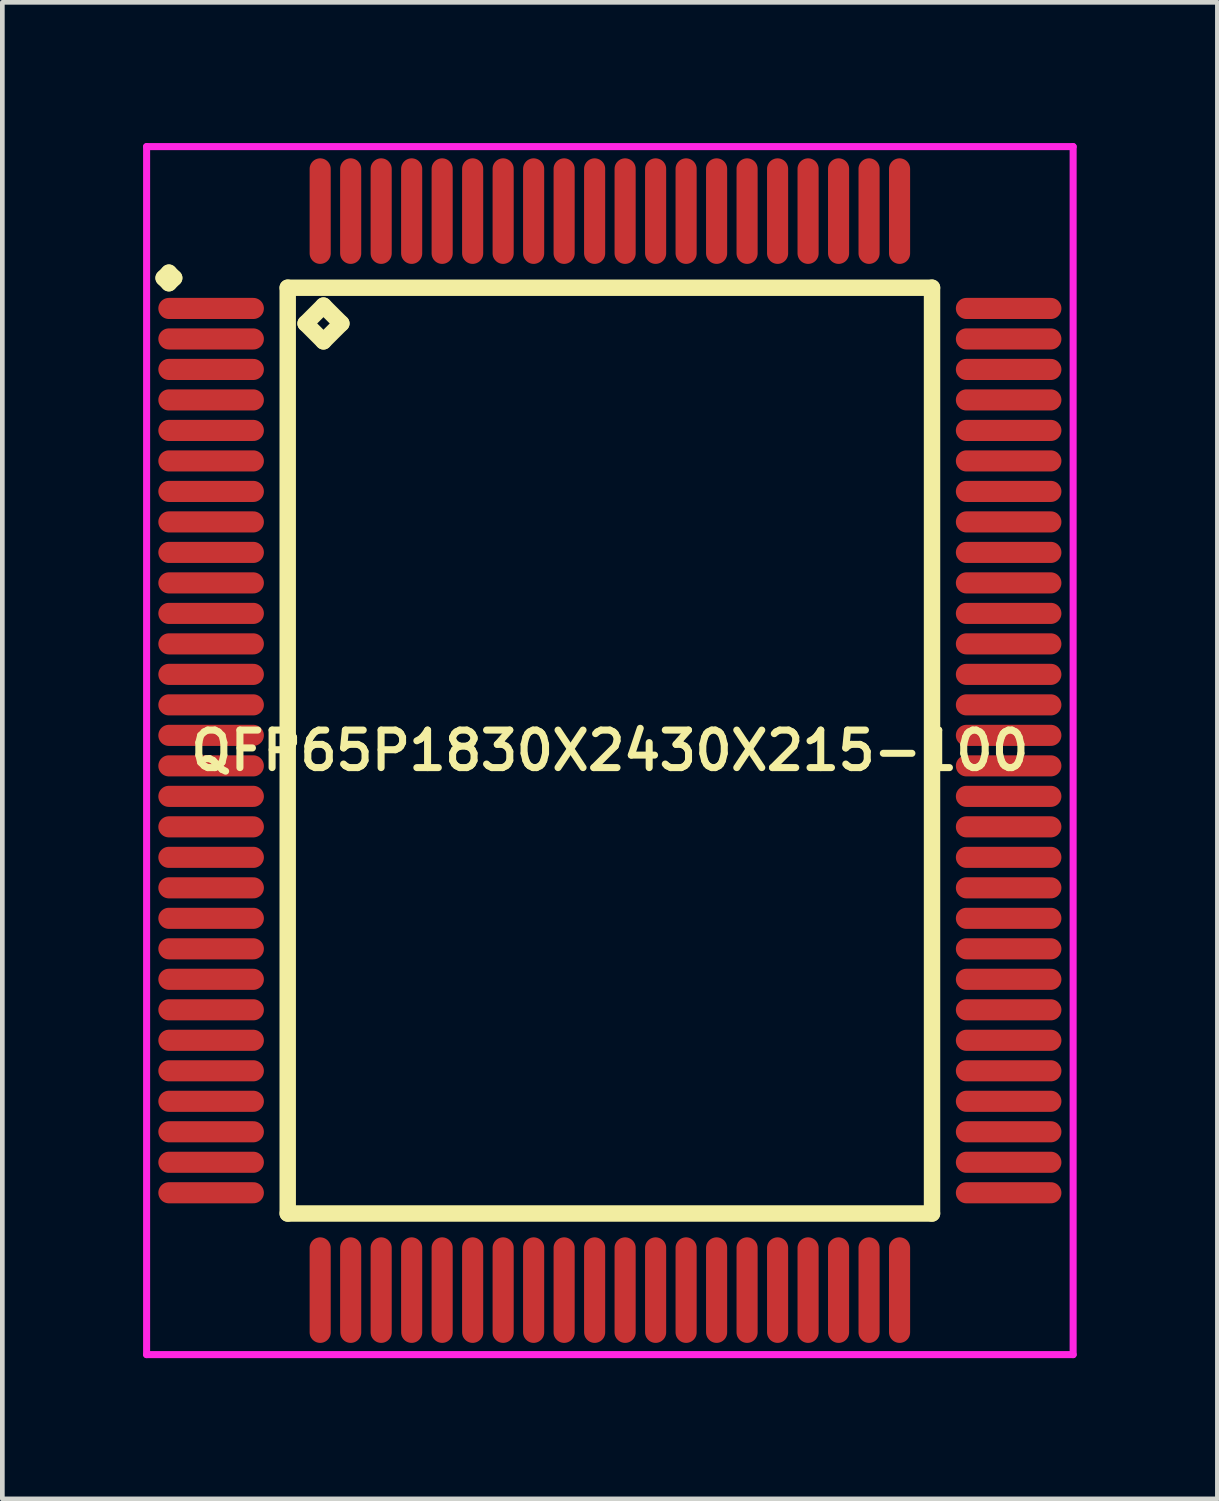
<source format=kicad_pcb>
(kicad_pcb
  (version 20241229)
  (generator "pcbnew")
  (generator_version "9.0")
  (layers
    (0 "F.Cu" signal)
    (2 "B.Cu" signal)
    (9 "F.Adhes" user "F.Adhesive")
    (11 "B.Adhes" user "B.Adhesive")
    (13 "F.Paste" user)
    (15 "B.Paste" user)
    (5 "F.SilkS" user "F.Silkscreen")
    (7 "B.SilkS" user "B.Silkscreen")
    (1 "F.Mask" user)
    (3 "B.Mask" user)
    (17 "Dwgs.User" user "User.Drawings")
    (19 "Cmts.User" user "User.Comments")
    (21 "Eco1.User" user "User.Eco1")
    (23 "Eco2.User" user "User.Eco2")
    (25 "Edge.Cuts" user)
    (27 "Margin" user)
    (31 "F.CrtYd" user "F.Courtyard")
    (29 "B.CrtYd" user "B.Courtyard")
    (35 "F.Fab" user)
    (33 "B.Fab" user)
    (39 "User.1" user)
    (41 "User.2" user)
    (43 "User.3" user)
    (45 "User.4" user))
  (footprint "QFP65P1830X2430X215-100"
    (layer "F.Cu")
    (at 9.95 12.95)
    (property "Reference" "QFP65P1830X2430X215-100" (at 0 0 0) (layer "F.SilkS") (effects (font (size 0.8 0.8) (thickness 0.15))))
    (attr smd)
    (fp_line (start -9.512 -10.075) (end -9.4 -10.188) (stroke (width 0.35) (type solid)) (layer "F.SilkS"))
    (fp_line (start -9.4 -10.188) (end -9.287 -10.075) (stroke (width 0.35) (type solid)) (layer "F.SilkS"))
    (fp_line (start -9.4 -9.963) (end -9.512 -10.075) (stroke (width 0.35) (type solid)) (layer "F.SilkS"))
    (fp_line (start -9.287 -10.075) (end -9.4 -9.963) (stroke (width 0.35) (type solid)) (layer "F.SilkS"))
    (fp_line (start -6.867 -9.867) (end -6.867 9.867) (stroke (width 0.35) (type solid)) (layer "F.SilkS"))
    (fp_line (start -6.867 9.867) (end 6.867 9.867) (stroke (width 0.35) (type solid)) (layer "F.SilkS"))
    (fp_line (start -6.486 -9.105) (end -6.105 -9.486) (stroke (width 0.35) (type solid)) (layer "F.SilkS"))
    (fp_line (start -6.105 -9.486) (end -5.724 -9.105) (stroke (width 0.35) (type solid)) (layer "F.SilkS"))
    (fp_line (start -6.105 -8.724) (end -6.486 -9.105) (stroke (width 0.35) (type solid)) (layer "F.SilkS"))
    (fp_line (start -5.724 -9.105) (end -6.105 -8.724) (stroke (width 0.35) (type solid)) (layer "F.SilkS"))
    (fp_line (start 6.867 -9.867) (end -6.867 -9.867) (stroke (width 0.35) (type solid)) (layer "F.SilkS"))
    (fp_line (start 6.867 9.867) (end 6.867 -9.867) (stroke (width 0.35) (type solid)) (layer "F.SilkS"))
    (fp_line (start -9.875 -12.875) (end 9.875 -12.875) (stroke (width 0.15) (type solid)) (layer "F.CrtYd"))
    (fp_line (start -9.875 12.875) (end -9.875 -12.875) (stroke (width 0.15) (type solid)) (layer "F.CrtYd"))
    (fp_line (start 9.875 -12.875) (end 9.875 12.875) (stroke (width 0.15) (type solid)) (layer "F.CrtYd"))
    (fp_line (start 9.875 12.875) (end -9.875 12.875) (stroke (width 0.15) (type solid)) (layer "F.CrtYd"))
    (pad "1" smd oval (at -8.5 -9.425) (size 2.25 0.45) (layers "F.Cu" "F.Mask" "F.Paste"))
    (pad "2" smd oval (at -8.5 -8.775) (size 2.25 0.45) (layers "F.Cu" "F.Mask" "F.Paste"))
    (pad "3" smd oval (at -8.5 -8.125) (size 2.25 0.45) (layers "F.Cu" "F.Mask" "F.Paste"))
    (pad "4" smd oval (at -8.5 -7.475) (size 2.25 0.45) (layers "F.Cu" "F.Mask" "F.Paste"))
    (pad "5" smd oval (at -8.5 -6.825) (size 2.25 0.45) (layers "F.Cu" "F.Mask" "F.Paste"))
    (pad "6" smd oval (at -8.5 -6.175) (size 2.25 0.45) (layers "F.Cu" "F.Mask" "F.Paste"))
    (pad "7" smd oval (at -8.5 -5.525) (size 2.25 0.45) (layers "F.Cu" "F.Mask" "F.Paste"))
    (pad "8" smd oval (at -8.5 -4.875) (size 2.25 0.45) (layers "F.Cu" "F.Mask" "F.Paste"))
    (pad "9" smd oval (at -8.5 -4.225) (size 2.25 0.45) (layers "F.Cu" "F.Mask" "F.Paste"))
    (pad "10" smd oval (at -8.5 -3.575) (size 2.25 0.45) (layers "F.Cu" "F.Mask" "F.Paste"))
    (pad "11" smd oval (at -8.5 -2.925) (size 2.25 0.45) (layers "F.Cu" "F.Mask" "F.Paste"))
    (pad "12" smd oval (at -8.5 -2.275) (size 2.25 0.45) (layers "F.Cu" "F.Mask" "F.Paste"))
    (pad "13" smd oval (at -8.5 -1.625) (size 2.25 0.45) (layers "F.Cu" "F.Mask" "F.Paste"))
    (pad "14" smd oval (at -8.5 -0.975) (size 2.25 0.45) (layers "F.Cu" "F.Mask" "F.Paste"))
    (pad "15" smd oval (at -8.5 -0.325) (size 2.25 0.45) (layers "F.Cu" "F.Mask" "F.Paste"))
    (pad "16" smd oval (at -8.5 0.325) (size 2.25 0.45) (layers "F.Cu" "F.Mask" "F.Paste"))
    (pad "17" smd oval (at -8.5 0.975) (size 2.25 0.45) (layers "F.Cu" "F.Mask" "F.Paste"))
    (pad "18" smd oval (at -8.5 1.625) (size 2.25 0.45) (layers "F.Cu" "F.Mask" "F.Paste"))
    (pad "19" smd oval (at -8.5 2.275) (size 2.25 0.45) (layers "F.Cu" "F.Mask" "F.Paste"))
    (pad "20" smd oval (at -8.5 2.925) (size 2.25 0.45) (layers "F.Cu" "F.Mask" "F.Paste"))
    (pad "21" smd oval (at -8.5 3.575) (size 2.25 0.45) (layers "F.Cu" "F.Mask" "F.Paste"))
    (pad "22" smd oval (at -8.5 4.225) (size 2.25 0.45) (layers "F.Cu" "F.Mask" "F.Paste"))
    (pad "23" smd oval (at -8.5 4.875) (size 2.25 0.45) (layers "F.Cu" "F.Mask" "F.Paste"))
    (pad "24" smd oval (at -8.5 5.525) (size 2.25 0.45) (layers "F.Cu" "F.Mask" "F.Paste"))
    (pad "25" smd oval (at -8.5 6.175) (size 2.25 0.45) (layers "F.Cu" "F.Mask" "F.Paste"))
    (pad "26" smd oval (at -8.5 6.825) (size 2.25 0.45) (layers "F.Cu" "F.Mask" "F.Paste"))
    (pad "27" smd oval (at -8.5 7.475) (size 2.25 0.45) (layers "F.Cu" "F.Mask" "F.Paste"))
    (pad "28" smd oval (at -8.5 8.125) (size 2.25 0.45) (layers "F.Cu" "F.Mask" "F.Paste"))
    (pad "29" smd oval (at -8.5 8.775) (size 2.25 0.45) (layers "F.Cu" "F.Mask" "F.Paste"))
    (pad "30" smd oval (at -8.5 9.425) (size 2.25 0.45) (layers "F.Cu" "F.Mask" "F.Paste"))
    (pad "31" smd oval (at -6.175 11.5) (size 0.45 2.25) (layers "F.Cu" "F.Mask" "F.Paste"))
    (pad "32" smd oval (at -5.525 11.5) (size 0.45 2.25) (layers "F.Cu" "F.Mask" "F.Paste"))
    (pad "33" smd oval (at -4.875 11.5) (size 0.45 2.25) (layers "F.Cu" "F.Mask" "F.Paste"))
    (pad "34" smd oval (at -4.225 11.5) (size 0.45 2.25) (layers "F.Cu" "F.Mask" "F.Paste"))
    (pad "35" smd oval (at -3.575 11.5) (size 0.45 2.25) (layers "F.Cu" "F.Mask" "F.Paste"))
    (pad "36" smd oval (at -2.925 11.5) (size 0.45 2.25) (layers "F.Cu" "F.Mask" "F.Paste"))
    (pad "37" smd oval (at -2.275 11.5) (size 0.45 2.25) (layers "F.Cu" "F.Mask" "F.Paste"))
    (pad "38" smd oval (at -1.625 11.5) (size 0.45 2.25) (layers "F.Cu" "F.Mask" "F.Paste"))
    (pad "39" smd oval (at -0.975 11.5) (size 0.45 2.25) (layers "F.Cu" "F.Mask" "F.Paste"))
    (pad "40" smd oval (at -0.325 11.5) (size 0.45 2.25) (layers "F.Cu" "F.Mask" "F.Paste"))
    (pad "41" smd oval (at 0.325 11.5) (size 0.45 2.25) (layers "F.Cu" "F.Mask" "F.Paste"))
    (pad "42" smd oval (at 0.975 11.5) (size 0.45 2.25) (layers "F.Cu" "F.Mask" "F.Paste"))
    (pad "43" smd oval (at 1.625 11.5) (size 0.45 2.25) (layers "F.Cu" "F.Mask" "F.Paste"))
    (pad "44" smd oval (at 2.275 11.5) (size 0.45 2.25) (layers "F.Cu" "F.Mask" "F.Paste"))
    (pad "45" smd oval (at 2.925 11.5) (size 0.45 2.25) (layers "F.Cu" "F.Mask" "F.Paste"))
    (pad "46" smd oval (at 3.575 11.5) (size 0.45 2.25) (layers "F.Cu" "F.Mask" "F.Paste"))
    (pad "47" smd oval (at 4.225 11.5) (size 0.45 2.25) (layers "F.Cu" "F.Mask" "F.Paste"))
    (pad "48" smd oval (at 4.875 11.5) (size 0.45 2.25) (layers "F.Cu" "F.Mask" "F.Paste"))
    (pad "49" smd oval (at 5.525 11.5) (size 0.45 2.25) (layers "F.Cu" "F.Mask" "F.Paste"))
    (pad "50" smd oval (at 6.175 11.5) (size 0.45 2.25) (layers "F.Cu" "F.Mask" "F.Paste"))
    (pad "51" smd oval (at 8.5 9.425) (size 2.25 0.45) (layers "F.Cu" "F.Mask" "F.Paste"))
    (pad "52" smd oval (at 8.5 8.775) (size 2.25 0.45) (layers "F.Cu" "F.Mask" "F.Paste"))
    (pad "53" smd oval (at 8.5 8.125) (size 2.25 0.45) (layers "F.Cu" "F.Mask" "F.Paste"))
    (pad "54" smd oval (at 8.5 7.475) (size 2.25 0.45) (layers "F.Cu" "F.Mask" "F.Paste"))
    (pad "55" smd oval (at 8.5 6.825) (size 2.25 0.45) (layers "F.Cu" "F.Mask" "F.Paste"))
    (pad "56" smd oval (at 8.5 6.175) (size 2.25 0.45) (layers "F.Cu" "F.Mask" "F.Paste"))
    (pad "57" smd oval (at 8.5 5.525) (size 2.25 0.45) (layers "F.Cu" "F.Mask" "F.Paste"))
    (pad "58" smd oval (at 8.5 4.875) (size 2.25 0.45) (layers "F.Cu" "F.Mask" "F.Paste"))
    (pad "59" smd oval (at 8.5 4.225) (size 2.25 0.45) (layers "F.Cu" "F.Mask" "F.Paste"))
    (pad "60" smd oval (at 8.5 3.575) (size 2.25 0.45) (layers "F.Cu" "F.Mask" "F.Paste"))
    (pad "61" smd oval (at 8.5 2.925) (size 2.25 0.45) (layers "F.Cu" "F.Mask" "F.Paste"))
    (pad "62" smd oval (at 8.5 2.275) (size 2.25 0.45) (layers "F.Cu" "F.Mask" "F.Paste"))
    (pad "63" smd oval (at 8.5 1.625) (size 2.25 0.45) (layers "F.Cu" "F.Mask" "F.Paste"))
    (pad "64" smd oval (at 8.5 0.975) (size 2.25 0.45) (layers "F.Cu" "F.Mask" "F.Paste"))
    (pad "65" smd oval (at 8.5 0.325) (size 2.25 0.45) (layers "F.Cu" "F.Mask" "F.Paste"))
    (pad "66" smd oval (at 8.5 -0.325) (size 2.25 0.45) (layers "F.Cu" "F.Mask" "F.Paste"))
    (pad "67" smd oval (at 8.5 -0.975) (size 2.25 0.45) (layers "F.Cu" "F.Mask" "F.Paste"))
    (pad "68" smd oval (at 8.5 -1.625) (size 2.25 0.45) (layers "F.Cu" "F.Mask" "F.Paste"))
    (pad "69" smd oval (at 8.5 -2.275) (size 2.25 0.45) (layers "F.Cu" "F.Mask" "F.Paste"))
    (pad "70" smd oval (at 8.5 -2.925) (size 2.25 0.45) (layers "F.Cu" "F.Mask" "F.Paste"))
    (pad "71" smd oval (at 8.5 -3.575) (size 2.25 0.45) (layers "F.Cu" "F.Mask" "F.Paste"))
    (pad "72" smd oval (at 8.5 -4.225) (size 2.25 0.45) (layers "F.Cu" "F.Mask" "F.Paste"))
    (pad "73" smd oval (at 8.5 -4.875) (size 2.25 0.45) (layers "F.Cu" "F.Mask" "F.Paste"))
    (pad "74" smd oval (at 8.5 -5.525) (size 2.25 0.45) (layers "F.Cu" "F.Mask" "F.Paste"))
    (pad "75" smd oval (at 8.5 -6.175) (size 2.25 0.45) (layers "F.Cu" "F.Mask" "F.Paste"))
    (pad "76" smd oval (at 8.5 -6.825) (size 2.25 0.45) (layers "F.Cu" "F.Mask" "F.Paste"))
    (pad "77" smd oval (at 8.5 -7.475) (size 2.25 0.45) (layers "F.Cu" "F.Mask" "F.Paste"))
    (pad "78" smd oval (at 8.5 -8.125) (size 2.25 0.45) (layers "F.Cu" "F.Mask" "F.Paste"))
    (pad "79" smd oval (at 8.5 -8.775) (size 2.25 0.45) (layers "F.Cu" "F.Mask" "F.Paste"))
    (pad "80" smd oval (at 8.5 -9.425) (size 2.25 0.45) (layers "F.Cu" "F.Mask" "F.Paste"))
    (pad "81" smd oval (at 6.175 -11.5) (size 0.45 2.25) (layers "F.Cu" "F.Mask" "F.Paste"))
    (pad "82" smd oval (at 5.525 -11.5) (size 0.45 2.25) (layers "F.Cu" "F.Mask" "F.Paste"))
    (pad "83" smd oval (at 4.875 -11.5) (size 0.45 2.25) (layers "F.Cu" "F.Mask" "F.Paste"))
    (pad "84" smd oval (at 4.225 -11.5) (size 0.45 2.25) (layers "F.Cu" "F.Mask" "F.Paste"))
    (pad "85" smd oval (at 3.575 -11.5) (size 0.45 2.25) (layers "F.Cu" "F.Mask" "F.Paste"))
    (pad "86" smd oval (at 2.925 -11.5) (size 0.45 2.25) (layers "F.Cu" "F.Mask" "F.Paste"))
    (pad "87" smd oval (at 2.275 -11.5) (size 0.45 2.25) (layers "F.Cu" "F.Mask" "F.Paste"))
    (pad "88" smd oval (at 1.625 -11.5) (size 0.45 2.25) (layers "F.Cu" "F.Mask" "F.Paste"))
    (pad "89" smd oval (at 0.975 -11.5) (size 0.45 2.25) (layers "F.Cu" "F.Mask" "F.Paste"))
    (pad "90" smd oval (at 0.325 -11.5) (size 0.45 2.25) (layers "F.Cu" "F.Mask" "F.Paste"))
    (pad "91" smd oval (at -0.325 -11.5) (size 0.45 2.25) (layers "F.Cu" "F.Mask" "F.Paste"))
    (pad "92" smd oval (at -0.975 -11.5) (size 0.45 2.25) (layers "F.Cu" "F.Mask" "F.Paste"))
    (pad "93" smd oval (at -1.625 -11.5) (size 0.45 2.25) (layers "F.Cu" "F.Mask" "F.Paste"))
    (pad "94" smd oval (at -2.275 -11.5) (size 0.45 2.25) (layers "F.Cu" "F.Mask" "F.Paste"))
    (pad "95" smd oval (at -2.925 -11.5) (size 0.45 2.25) (layers "F.Cu" "F.Mask" "F.Paste"))
    (pad "96" smd oval (at -3.575 -11.5) (size 0.45 2.25) (layers "F.Cu" "F.Mask" "F.Paste"))
    (pad "97" smd oval (at -4.225 -11.5) (size 0.45 2.25) (layers "F.Cu" "F.Mask" "F.Paste"))
    (pad "98" smd oval (at -4.875 -11.5) (size 0.45 2.25) (layers "F.Cu" "F.Mask" "F.Paste"))
    (pad "99" smd oval (at -5.525 -11.5) (size 0.45 2.25) (layers "F.Cu" "F.Mask" "F.Paste"))
    (pad "100" smd oval (at -6.175 -11.5) (size 0.45 2.25) (layers "F.Cu" "F.Mask" "F.Paste")))
  (gr_rect
    (start -3 -3)
    (end 22.9 28.9)
    (stroke (width 0.1) (type default))
    (fill no)
    (layer "Edge.Cuts")))
</source>
